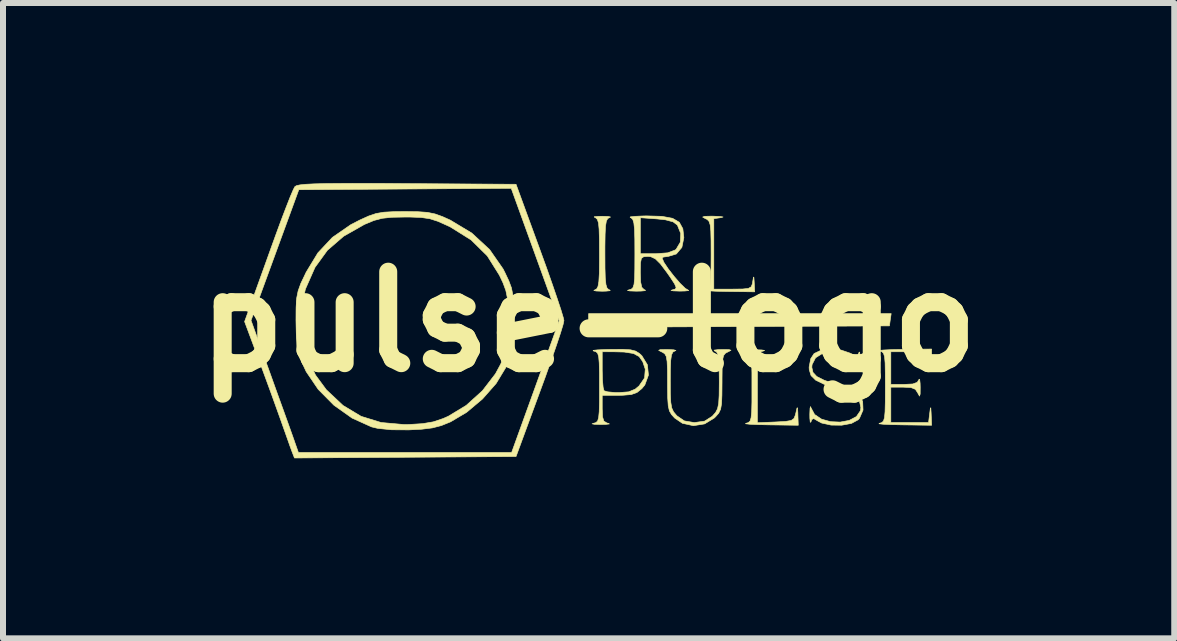
<source format=kicad_pcb>
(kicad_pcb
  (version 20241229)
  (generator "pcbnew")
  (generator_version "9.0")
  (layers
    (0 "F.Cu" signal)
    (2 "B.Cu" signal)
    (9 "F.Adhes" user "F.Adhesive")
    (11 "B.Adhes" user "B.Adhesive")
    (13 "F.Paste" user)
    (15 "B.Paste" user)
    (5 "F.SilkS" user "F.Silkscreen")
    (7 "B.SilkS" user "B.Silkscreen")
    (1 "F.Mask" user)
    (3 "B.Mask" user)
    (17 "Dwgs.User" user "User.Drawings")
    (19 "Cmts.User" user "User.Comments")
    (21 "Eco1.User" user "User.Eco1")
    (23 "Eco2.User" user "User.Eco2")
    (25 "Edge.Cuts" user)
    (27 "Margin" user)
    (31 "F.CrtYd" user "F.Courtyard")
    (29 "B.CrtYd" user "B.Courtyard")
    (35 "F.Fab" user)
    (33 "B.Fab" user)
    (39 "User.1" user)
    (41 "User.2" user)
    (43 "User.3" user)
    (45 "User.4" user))
  (footprint "pulse-logo"
    (layer "F.Cu")
    (at 6.756 2.311)
    (property "Reference" "pulse-logo" (at 0 0 0) (layer "F.SilkS") (effects (font (size 1.524 1.524) (thickness 0.3))))
    (attr through_hole)
    (fp_poly (pts (xy 5.026 -0.034) (xy 5.012 0.068) (xy 0 0.091) (xy 0 -0.136) (xy 5.041 -0.136) (xy 5.026 -0.034)) (stroke (width 0.01) (type solid)) (fill yes) (layer "F.SilkS"))
    (fp_poly (pts (xy 0.33 -1.755) (xy 0.366 -1.745) (xy 0.352 -1.738) (xy 0.319 -1.72) (xy 0.296 -1.678) (xy 0.282 -1.595) (xy 0.275 -1.459) (xy 0.272 -1.253) (xy 0.272 -1.134) (xy 0.273 -0.892) (xy 0.278 -0.726) (xy 0.289 -0.621) (xy 0.307 -0.563) (xy 0.335 -0.536) (xy 0.352 -0.53) (xy 0.36 -0.518) (xy 0.293 -0.511) (xy 0.227 -0.509) (xy 0.124 -0.513) (xy 0.087 -0.523) (xy 0.102 -0.53) (xy 0.135 -0.548) (xy 0.157 -0.59) (xy 0.171 -0.672) (xy 0.179 -0.809) (xy 0.181 -1.015) (xy 0.181 -1.134) (xy 0.18 -1.376) (xy 0.175 -1.542) (xy 0.165 -1.646) (xy 0.146 -1.705) (xy 0.118 -1.732) (xy 0.102 -1.738) (xy 0.094 -1.75) (xy 0.161 -1.757) (xy 0.227 -1.758) (xy 0.33 -1.755)) (stroke (width 0.01) (type solid)) (fill yes) (layer "F.SilkS"))
    (fp_poly (pts (xy 2.086 -1.759) (xy 2.198 -1.754) (xy 2.24 -1.746) (xy 2.211 -1.736) (xy 2.086 -1.718) (xy 2.086 -0.544) (xy 2.401 -0.544) (xy 2.566 -0.546) (xy 2.662 -0.556) (xy 2.709 -0.583) (xy 2.729 -0.634) (xy 2.734 -0.669) (xy 2.747 -0.745) (xy 2.754 -0.739) (xy 2.76 -0.646) (xy 2.767 -0.499) (xy 2.302 -0.505) (xy 2.122 -0.509) (xy 1.994 -0.516) (xy 1.932 -0.524) (xy 1.939 -0.531) (xy 1.981 -0.543) (xy 2.01 -0.57) (xy 2.028 -0.626) (xy 2.037 -0.729) (xy 2.04 -0.892) (xy 2.041 -1.116) (xy 2.04 -1.351) (xy 2.036 -1.512) (xy 2.026 -1.613) (xy 2.007 -1.672) (xy 1.977 -1.704) (xy 1.939 -1.722) (xy 1.9 -1.745) (xy 1.934 -1.757) (xy 2.049 -1.76) (xy 2.086 -1.759)) (stroke (width 0.01) (type solid)) (fill yes) (layer "F.SilkS"))
    (fp_poly (pts (xy 2.883 0.469) (xy 2.933 0.477) (xy 2.914 0.486) (xy 2.873 0.497) (xy 2.844 0.523) (xy 2.826 0.578) (xy 2.817 0.678) (xy 2.813 0.837) (xy 2.812 1.07) (xy 2.812 1.094) (xy 2.812 1.682) (xy 3.118 1.669) (xy 3.281 1.66) (xy 3.375 1.644) (xy 3.422 1.611) (xy 3.445 1.552) (xy 3.453 1.519) (xy 3.472 1.437) (xy 3.481 1.433) (xy 3.486 1.514) (xy 3.487 1.553) (xy 3.493 1.724) (xy 3.005 1.717) (xy 2.819 1.713) (xy 2.685 1.707) (xy 2.615 1.699) (xy 2.619 1.692) (xy 2.661 1.68) (xy 2.69 1.654) (xy 2.707 1.598) (xy 2.717 1.498) (xy 2.721 1.338) (xy 2.721 1.103) (xy 2.721 1.089) (xy 2.721 0.849) (xy 2.717 0.686) (xy 2.708 0.583) (xy 2.691 0.525) (xy 2.663 0.498) (xy 2.622 0.486) (xy 2.619 0.486) (xy 2.603 0.475) (xy 2.665 0.468) (xy 2.767 0.466) (xy 2.883 0.469)) (stroke (width 0.01) (type solid)) (fill yes) (layer "F.SilkS"))
    (fp_poly (pts (xy 5.715 0.59) (xy 5.702 0.685) (xy 5.67 0.726) (xy 5.67 0.726) (xy 5.636 0.687) (xy 5.624 0.612) (xy 5.619 0.551) (xy 5.59 0.517) (xy 5.516 0.503) (xy 5.378 0.499) (xy 5.329 0.499) (xy 5.035 0.499) (xy 5.035 1.043) (xy 5.258 1.043) (xy 5.401 1.036) (xy 5.476 1.008) (xy 5.502 0.964) (xy 5.515 0.956) (xy 5.523 1.023) (xy 5.525 1.089) (xy 5.524 1.204) (xy 5.513 1.238) (xy 5.49 1.199) (xy 5.487 1.191) (xy 5.444 1.125) (xy 5.368 1.095) (xy 5.24 1.089) (xy 5.035 1.089) (xy 5.035 1.678) (xy 5.664 1.678) (xy 5.682 1.531) (xy 5.694 1.44) (xy 5.701 1.432) (xy 5.706 1.509) (xy 5.708 1.553) (xy 5.715 1.724) (xy 5.227 1.717) (xy 5.042 1.713) (xy 4.908 1.707) (xy 4.838 1.699) (xy 4.842 1.692) (xy 4.884 1.68) (xy 4.912 1.654) (xy 4.93 1.598) (xy 4.939 1.498) (xy 4.943 1.338) (xy 4.944 1.103) (xy 4.944 1.089) (xy 4.943 0.849) (xy 4.94 0.686) (xy 4.931 0.583) (xy 4.913 0.525) (xy 4.886 0.498) (xy 4.844 0.486) (xy 4.842 0.486) (xy 4.842 0.477) (xy 4.919 0.47) (xy 5.059 0.463) (xy 5.227 0.46) (xy 5.715 0.454) (xy 5.715 0.59)) (stroke (width 0.01) (type solid)) (fill yes) (layer "F.SilkS"))
    (fp_poly (pts (xy 0.7 0.467) (xy 0.783 0.488) (xy 0.846 0.527) (xy 0.887 0.565) (xy 0.98 0.717) (xy 0.997 0.888) (xy 0.937 1.052) (xy 0.887 1.113) (xy 0.806 1.178) (xy 0.711 1.212) (xy 0.569 1.224) (xy 0.501 1.225) (xy 0.227 1.225) (xy 0.227 1.448) (xy 0.232 1.584) (xy 0.255 1.655) (xy 0.305 1.686) (xy 0.329 1.692) (xy 0.347 1.702) (xy 0.288 1.709) (xy 0.204 1.711) (xy 0.097 1.708) (xy 0.058 1.7) (xy 0.079 1.692) (xy 0.121 1.68) (xy 0.15 1.654) (xy 0.167 1.598) (xy 0.177 1.498) (xy 0.181 1.338) (xy 0.181 1.103) (xy 0.181 1.089) (xy 0.181 0.849) (xy 0.18 0.809) (xy 0.227 0.809) (xy 0.231 0.969) (xy 0.242 1.091) (xy 0.257 1.149) (xy 0.257 1.149) (xy 0.317 1.167) (xy 0.434 1.178) (xy 0.509 1.179) (xy 0.668 1.167) (xy 0.777 1.122) (xy 0.841 1.068) (xy 0.933 0.935) (xy 0.944 0.789) (xy 0.902 0.664) (xy 0.842 0.579) (xy 0.747 0.528) (xy 0.594 0.504) (xy 0.442 0.5) (xy 0.227 0.499) (xy 0.227 0.809) (xy 0.18 0.809) (xy 0.177 0.686) (xy 0.168 0.583) (xy 0.151 0.525) (xy 0.123 0.498) (xy 0.082 0.486) (xy 0.079 0.486) (xy 0.075 0.476) (xy 0.147 0.468) (xy 0.282 0.462) (xy 0.376 0.46) (xy 0.572 0.459) (xy 0.7 0.467)) (stroke (width 0.01) (type solid)) (fill yes) (layer "F.SilkS"))
    (fp_poly (pts (xy -3.393 -2.305) (xy -3.025 -2.302) (xy -1.209 -2.291) (xy -0.811 -1.202) (xy -0.702 -0.902) (xy -0.605 -0.626) (xy -0.523 -0.387) (xy -0.46 -0.197) (xy -0.422 -0.07) (xy -0.411 -0.021) (xy -0.425 0.046) (xy -0.467 0.185) (xy -0.533 0.383) (xy -0.618 0.629) (xy -0.718 0.91) (xy -0.809 1.158) (xy -1.209 2.245) (xy -3.055 2.257) (xy -4.9 2.269) (xy -4.942 2.161) (xy -4.975 2.071) (xy -5.028 1.921) (xy -5.093 1.738) (xy -5.124 1.65) (xy -5.195 1.452) (xy -5.286 1.199) (xy -5.387 0.923) (xy -5.486 0.654) (xy -5.498 0.622) (xy -5.731 -0.003) (xy -5.724 -0.023) (xy -5.624 -0.023) (xy -5.289 0.907) (xy -5.187 1.192) (xy -5.091 1.457) (xy -5.008 1.688) (xy -4.943 1.87) (xy -4.902 1.986) (xy -4.895 2.007) (xy -4.835 2.177) (xy -1.282 2.177) (xy -0.886 1.081) (xy -0.49 -0.016) (xy -1.289 -2.224) (xy -3.059 -2.212) (xy -4.828 -2.2) (xy -5.624 -0.023) (xy -5.724 -0.023) (xy -5.613 -0.33) (xy -5.558 -0.485) (xy -5.48 -0.702) (xy -5.387 -0.96) (xy -5.288 -1.236) (xy -5.22 -1.424) (xy -5.128 -1.675) (xy -5.043 -1.898) (xy -4.972 -2.079) (xy -4.919 -2.203) (xy -4.893 -2.252) (xy -4.866 -2.268) (xy -4.808 -2.281) (xy -4.713 -2.291) (xy -4.572 -2.298) (xy -4.377 -2.303) (xy -4.121 -2.305) (xy -3.795 -2.306) (xy -3.393 -2.305)) (stroke (width 0.01) (type solid)) (fill yes) (layer "F.SilkS"))
    (fp_poly (pts (xy 4.213 0.473) (xy 4.353 0.521) (xy 4.444 0.562) (xy 4.486 0.556) (xy 4.505 0.51) (xy 4.516 0.504) (xy 4.523 0.574) (xy 4.524 0.658) (xy 4.521 0.765) (xy 4.512 0.805) (xy 4.504 0.783) (xy 4.443 0.654) (xy 4.33 0.564) (xy 4.187 0.512) (xy 4.034 0.501) (xy 3.892 0.53) (xy 3.781 0.6) (xy 3.723 0.713) (xy 3.719 0.758) (xy 3.738 0.843) (xy 3.802 0.912) (xy 3.927 0.975) (xy 4.128 1.043) (xy 4.13 1.044) (xy 4.291 1.101) (xy 4.427 1.162) (xy 4.495 1.206) (xy 4.566 1.326) (xy 4.572 1.471) (xy 4.513 1.607) (xy 4.49 1.633) (xy 4.379 1.693) (xy 4.216 1.723) (xy 4.04 1.721) (xy 3.884 1.687) (xy 3.823 1.655) (xy 3.75 1.612) (xy 3.717 1.629) (xy 3.705 1.667) (xy 3.693 1.675) (xy 3.686 1.608) (xy 3.685 1.542) (xy 3.689 1.442) (xy 3.698 1.412) (xy 3.705 1.432) (xy 3.765 1.544) (xy 3.881 1.622) (xy 4.03 1.664) (xy 4.191 1.671) (xy 4.342 1.643) (xy 4.462 1.579) (xy 4.529 1.481) (xy 4.536 1.429) (xy 4.511 1.318) (xy 4.428 1.229) (xy 4.276 1.155) (xy 4.139 1.111) (xy 3.924 1.041) (xy 3.784 0.973) (xy 3.706 0.896) (xy 3.676 0.798) (xy 3.674 0.754) (xy 3.701 0.615) (xy 3.757 0.529) (xy 3.873 0.474) (xy 4.037 0.455) (xy 4.213 0.473)) (stroke (width 0.01) (type solid)) (fill yes) (layer "F.SilkS"))
    (fp_poly (pts (xy 1.315 0.462) (xy 1.418 0.467) (xy 1.455 0.477) (xy 1.44 0.485) (xy 1.404 0.505) (xy 1.381 0.553) (xy 1.368 0.645) (xy 1.362 0.798) (xy 1.361 0.981) (xy 1.362 1.196) (xy 1.369 1.341) (xy 1.385 1.435) (xy 1.415 1.5) (xy 1.462 1.556) (xy 1.472 1.567) (xy 1.595 1.651) (xy 1.754 1.678) (xy 1.769 1.678) (xy 1.933 1.655) (xy 2.057 1.576) (xy 2.066 1.567) (xy 2.116 1.511) (xy 2.148 1.449) (xy 2.167 1.361) (xy 2.175 1.226) (xy 2.177 1.025) (xy 2.177 0.981) (xy 2.175 0.765) (xy 2.168 0.624) (xy 2.154 0.541) (xy 2.128 0.499) (xy 2.098 0.485) (xy 2.09 0.472) (xy 2.157 0.464) (xy 2.223 0.462) (xy 2.338 0.463) (xy 2.372 0.474) (xy 2.333 0.497) (xy 2.325 0.5) (xy 2.279 0.524) (xy 2.249 0.563) (xy 2.232 0.635) (xy 2.225 0.758) (xy 2.223 0.949) (xy 2.223 1.011) (xy 2.221 1.223) (xy 2.215 1.365) (xy 2.199 1.457) (xy 2.168 1.522) (xy 2.119 1.578) (xy 2.095 1.602) (xy 1.933 1.701) (xy 1.746 1.731) (xy 1.563 1.691) (xy 1.435 1.604) (xy 1.381 1.545) (xy 1.346 1.484) (xy 1.327 1.4) (xy 1.318 1.272) (xy 1.315 1.08) (xy 1.315 1.013) (xy 1.314 0.801) (xy 1.308 0.662) (xy 1.294 0.578) (xy 1.268 0.532) (xy 1.227 0.506) (xy 1.213 0.5) (xy 1.167 0.476) (xy 1.192 0.464) (xy 1.298 0.462) (xy 1.315 0.462)) (stroke (width 0.01) (type solid)) (fill yes) (layer "F.SilkS"))
    (fp_poly (pts (xy 1.221 -1.757) (xy 1.399 -1.724) (xy 1.511 -1.658) (xy 1.57 -1.551) (xy 1.587 -1.402) (xy 1.554 -1.24) (xy 1.462 -1.13) (xy 1.326 -1.089) (xy 1.323 -1.089) (xy 1.245 -1.078) (xy 1.225 -1.062) (xy 1.253 -0.993) (xy 1.326 -0.883) (xy 1.423 -0.758) (xy 1.524 -0.641) (xy 1.611 -0.557) (xy 1.656 -0.53) (xy 1.668 -0.52) (xy 1.604 -0.513) (xy 1.519 -0.511) (xy 1.412 -0.515) (xy 1.373 -0.523) (xy 1.394 -0.531) (xy 1.444 -0.545) (xy 1.458 -0.573) (xy 1.432 -0.633) (xy 1.362 -0.74) (xy 1.306 -0.82) (xy 1.196 -0.966) (xy 1.112 -1.049) (xy 1.037 -1.084) (xy 0.989 -1.089) (xy 0.918 -1.084) (xy 0.88 -1.057) (xy 0.865 -0.985) (xy 0.862 -0.846) (xy 0.862 -0.82) (xy 0.867 -0.663) (xy 0.886 -0.575) (xy 0.925 -0.536) (xy 0.941 -0.53) (xy 0.947 -0.519) (xy 0.878 -0.512) (xy 0.794 -0.51) (xy 0.686 -0.514) (xy 0.647 -0.523) (xy 0.669 -0.531) (xy 0.711 -0.543) (xy 0.739 -0.569) (xy 0.757 -0.624) (xy 0.767 -0.725) (xy 0.77 -0.884) (xy 0.771 -1.119) (xy 0.771 -1.134) (xy 0.771 -1.134) (xy 0.862 -1.134) (xy 1.119 -1.134) (xy 1.319 -1.149) (xy 1.444 -1.197) (xy 1.459 -1.209) (xy 1.528 -1.326) (xy 1.535 -1.472) (xy 1.48 -1.609) (xy 1.48 -1.61) (xy 1.408 -1.665) (xy 1.28 -1.699) (xy 1.14 -1.714) (xy 0.862 -1.734) (xy 0.862 -1.134) (xy 0.771 -1.134) (xy 0.77 -1.376) (xy 0.765 -1.542) (xy 0.754 -1.646) (xy 0.736 -1.705) (xy 0.708 -1.732) (xy 0.692 -1.738) (xy 0.695 -1.748) (xy 0.774 -1.757) (xy 0.911 -1.763) (xy 0.967 -1.764) (xy 1.221 -1.757)) (stroke (width 0.01) (type solid)) (fill yes) (layer "F.SilkS"))
    (fp_poly (pts (xy -2.844 -1.834) (xy -2.686 -1.823) (xy -2.559 -1.797) (xy -2.431 -1.751) (xy -2.303 -1.693) (xy -1.946 -1.478) (xy -1.65 -1.204) (xy -1.425 -0.881) (xy -1.394 -0.82) (xy -1.329 -0.682) (xy -1.286 -0.567) (xy -1.262 -0.449) (xy -1.251 -0.301) (xy -1.247 -0.097) (xy -1.247 -0.023) (xy -1.249 0.207) (xy -1.259 0.372) (xy -1.28 0.501) (xy -1.317 0.619) (xy -1.375 0.753) (xy -1.377 0.758) (xy -1.54 1.027) (xy -1.767 1.285) (xy -2.032 1.508) (xy -2.3 1.667) (xy -2.453 1.729) (xy -2.603 1.768) (xy -2.781 1.79) (xy -2.994 1.801) (xy -3.283 1.799) (xy -3.511 1.776) (xy -3.616 1.751) (xy -3.941 1.604) (xy -4.244 1.389) (xy -4.505 1.125) (xy -4.705 0.83) (xy -4.769 0.692) (xy -4.822 0.539) (xy -4.854 0.383) (xy -4.87 0.195) (xy -4.875 -0.025) (xy -4.874 -0.183) (xy -4.794 -0.183) (xy -4.788 0.187) (xy -4.705 0.55) (xy -4.55 0.887) (xy -4.369 1.133) (xy -4.09 1.395) (xy -3.79 1.575) (xy -3.456 1.678) (xy -3.074 1.712) (xy -2.994 1.711) (xy -2.765 1.697) (xy -2.588 1.667) (xy -2.424 1.612) (xy -2.336 1.573) (xy -2.039 1.393) (xy -1.769 1.149) (xy -1.552 0.867) (xy -1.466 0.708) (xy -1.405 0.566) (xy -1.367 0.441) (xy -1.347 0.303) (xy -1.34 0.122) (xy -1.339 -0.023) (xy -1.342 -0.24) (xy -1.353 -0.396) (xy -1.379 -0.522) (xy -1.425 -0.647) (xy -1.486 -0.776) (xy -1.688 -1.098) (xy -1.958 -1.364) (xy -2.3 -1.578) (xy -2.35 -1.602) (xy -2.511 -1.674) (xy -2.646 -1.717) (xy -2.789 -1.738) (xy -2.975 -1.745) (xy -3.062 -1.745) (xy -3.279 -1.741) (xy -3.439 -1.724) (xy -3.576 -1.688) (xy -3.723 -1.627) (xy -3.735 -1.622) (xy -4.08 -1.426) (xy -4.351 -1.192) (xy -4.558 -0.907) (xy -4.713 -0.556) (xy -4.719 -0.541) (xy -4.794 -0.183) (xy -4.874 -0.183) (xy -4.873 -0.238) (xy -4.864 -0.392) (xy -4.839 -0.515) (xy -4.794 -0.64) (xy -4.72 -0.795) (xy -4.705 -0.827) (xy -4.51 -1.148) (xy -4.268 -1.406) (xy -3.963 -1.617) (xy -3.81 -1.696) (xy -3.664 -1.762) (xy -3.54 -1.804) (xy -3.41 -1.826) (xy -3.243 -1.835) (xy -3.062 -1.837) (xy -2.844 -1.834)) (stroke (width 0.01) (type solid)) (fill yes) (layer "F.SilkS")))
  (gr_rect
    (start -3 -3)
    (end 16.513 7.585)
    (stroke (width 0.1) (type default))
    (fill no)
    (layer "Edge.Cuts")))
</source>
